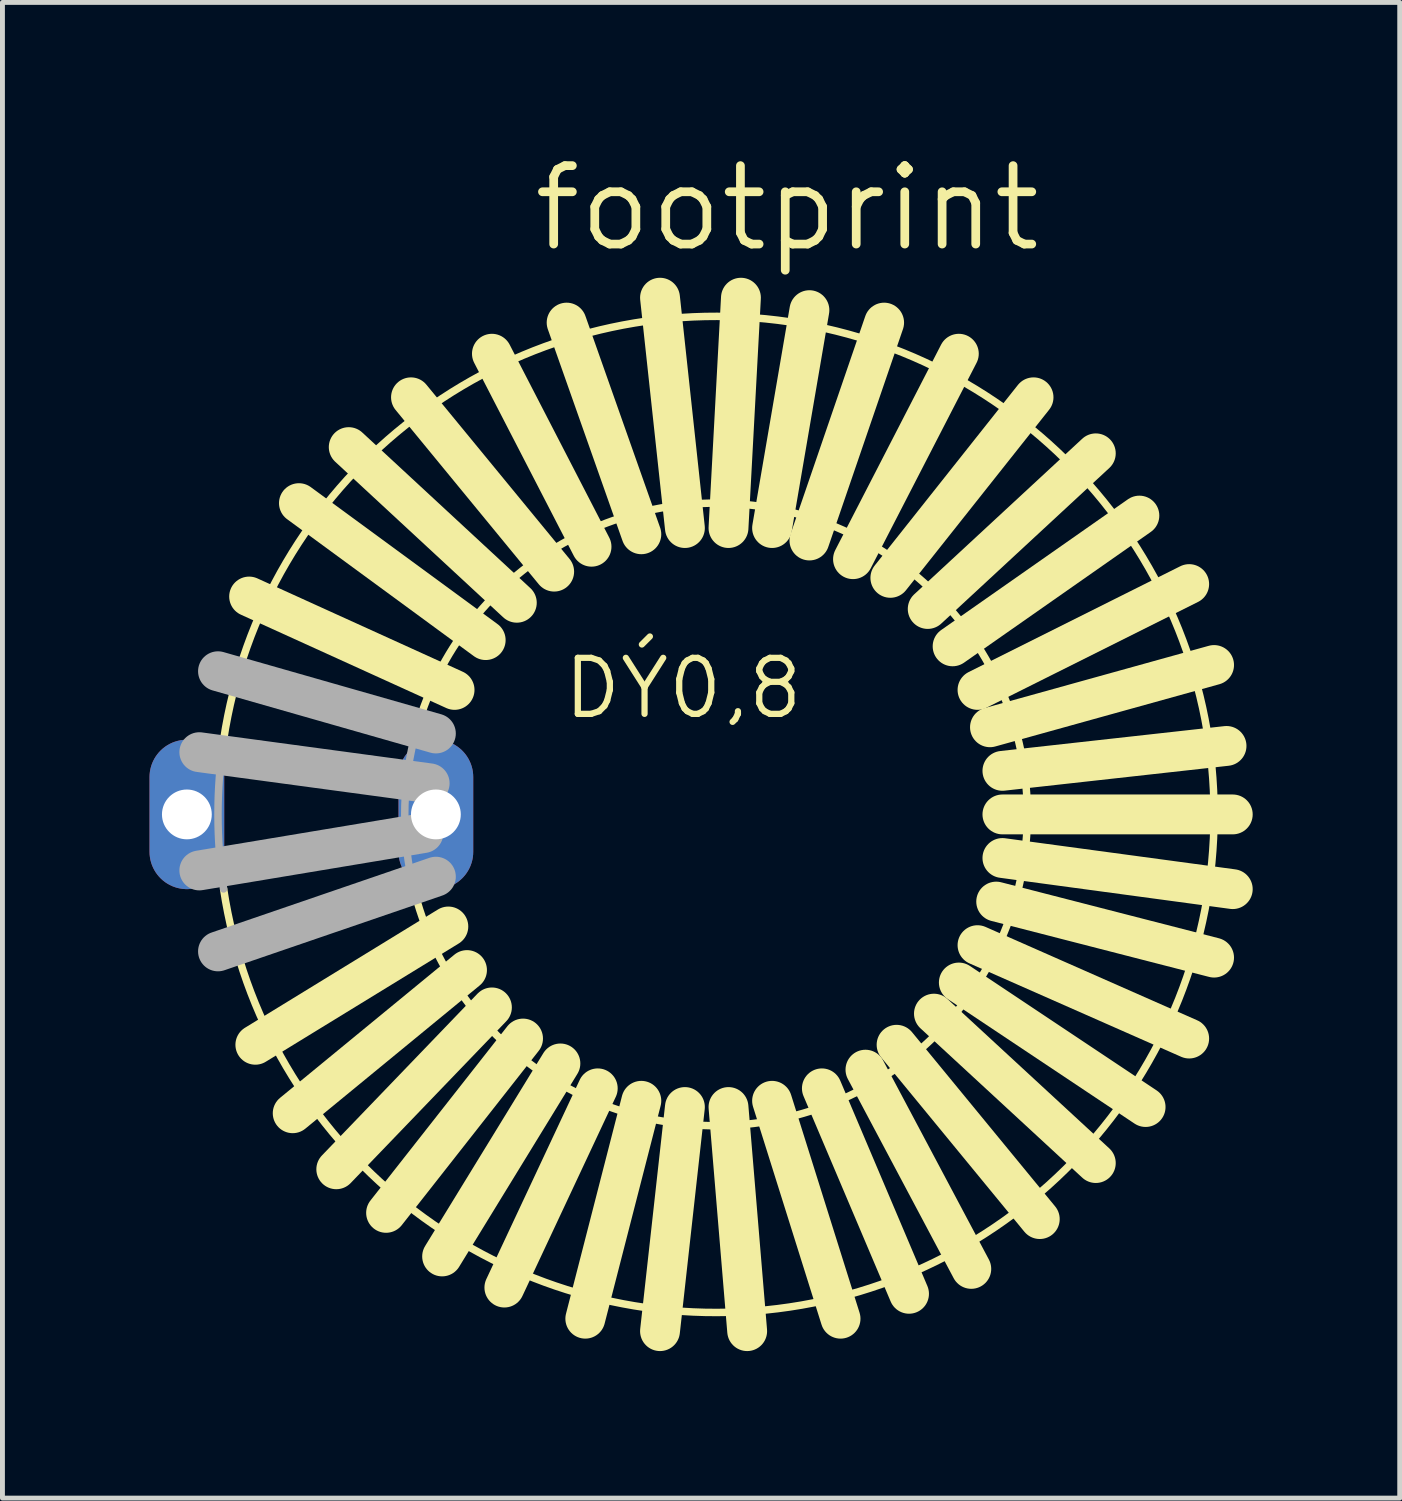
<source format=kicad_pcb>
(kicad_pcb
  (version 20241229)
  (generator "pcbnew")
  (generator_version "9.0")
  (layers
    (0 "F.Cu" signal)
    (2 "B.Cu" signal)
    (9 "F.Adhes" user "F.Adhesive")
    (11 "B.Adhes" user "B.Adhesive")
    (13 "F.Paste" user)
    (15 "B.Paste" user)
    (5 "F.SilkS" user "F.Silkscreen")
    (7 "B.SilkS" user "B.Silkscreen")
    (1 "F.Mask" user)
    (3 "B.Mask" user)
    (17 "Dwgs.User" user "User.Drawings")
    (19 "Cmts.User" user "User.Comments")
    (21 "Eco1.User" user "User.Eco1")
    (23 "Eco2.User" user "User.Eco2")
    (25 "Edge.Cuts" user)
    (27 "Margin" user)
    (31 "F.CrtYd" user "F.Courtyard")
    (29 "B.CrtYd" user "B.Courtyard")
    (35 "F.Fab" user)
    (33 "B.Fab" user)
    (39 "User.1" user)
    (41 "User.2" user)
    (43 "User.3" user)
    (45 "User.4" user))
  (footprint "footprint"
    (layer "F.Cu")
    (at 11.557 13.564)
    (property "Reference" "footprint" (at -3.81 -11.43 0) (layer "F.SilkS") (effects (font (size 1.6 1.6) (thickness 0.178)) (justify left bottom)))
    (fp_line (start -5.461 2.286) (end -9.398 4.699) (stroke (width 0.813) (type solid)) (layer "F.SilkS"))
    (fp_line (start -5.334 -2.54) (end -9.525 -4.445) (stroke (width 0.813) (type solid)) (layer "F.SilkS"))
    (fp_line (start -5.08 3.175) (end -8.636 6.096) (stroke (width 0.813) (type solid)) (layer "F.SilkS"))
    (fp_line (start -4.699 -3.556) (end -8.509 -6.35) (stroke (width 0.813) (type solid)) (layer "F.SilkS"))
    (fp_line (start -4.572 3.937) (end -7.747 7.239) (stroke (width 0.813) (type solid)) (layer "F.SilkS"))
    (fp_line (start -4.064 -4.318) (end -7.493 -7.493) (stroke (width 0.813) (type solid)) (layer "F.SilkS"))
    (fp_line (start -3.937 4.572) (end -6.731 8.128) (stroke (width 0.813) (type solid)) (layer "F.SilkS"))
    (fp_line (start -3.302 -4.953) (end -6.223 -8.509) (stroke (width 0.813) (type solid)) (layer "F.SilkS"))
    (fp_line (start -3.175 5.08) (end -5.588 9.017) (stroke (width 0.813) (type solid)) (layer "F.SilkS"))
    (fp_line (start -2.54 -5.461) (end -4.572 -9.398) (stroke (width 0.813) (type solid)) (layer "F.SilkS"))
    (fp_line (start -2.413 5.588) (end -4.318 9.652) (stroke (width 0.813) (type solid)) (layer "F.SilkS"))
    (fp_line (start -1.524 -5.715) (end -3.048 -10.033) (stroke (width 0.813) (type solid)) (layer "F.SilkS"))
    (fp_line (start -1.524 5.842) (end -2.667 10.287) (stroke (width 0.813) (type solid)) (layer "F.SilkS"))
    (fp_line (start -0.635 -5.842) (end -1.143 -10.541) (stroke (width 0.813) (type solid)) (layer "F.SilkS"))
    (fp_line (start -0.635 5.969) (end -1.143 10.541) (stroke (width 0.813) (type solid)) (layer "F.SilkS"))
    (fp_line (start 0.254 -5.842) (end 0.508 -10.541) (stroke (width 0.813) (type solid)) (layer "F.SilkS"))
    (fp_line (start 0.254 5.969) (end 0.635 10.541) (stroke (width 0.813) (type solid)) (layer "F.SilkS"))
    (fp_line (start 1.143 -5.842) (end 1.905 -10.287) (stroke (width 0.813) (type solid)) (layer "F.SilkS"))
    (fp_line (start 1.143 5.842) (end 2.54 10.287) (stroke (width 0.813) (type solid)) (layer "F.SilkS"))
    (fp_line (start 1.905 -5.588) (end 3.429 -10.033) (stroke (width 0.813) (type solid)) (layer "F.SilkS"))
    (fp_line (start 2.159 5.588) (end 3.937 9.779) (stroke (width 0.813) (type solid)) (layer "F.SilkS"))
    (fp_line (start 2.794 -5.207) (end 4.953 -9.398) (stroke (width 0.813) (type solid)) (layer "F.SilkS"))
    (fp_line (start 3.048 5.207) (end 5.207 9.271) (stroke (width 0.813) (type solid)) (layer "F.SilkS"))
    (fp_line (start 3.556 -4.826) (end 6.477 -8.509) (stroke (width 0.813) (type solid)) (layer "F.SilkS"))
    (fp_line (start 3.683 4.699) (end 6.604 8.255) (stroke (width 0.813) (type solid)) (layer "F.SilkS"))
    (fp_line (start 4.318 -4.191) (end 7.747 -7.366) (stroke (width 0.813) (type solid)) (layer "F.SilkS"))
    (fp_line (start 4.445 4.064) (end 7.747 7.112) (stroke (width 0.813) (type solid)) (layer "F.SilkS"))
    (fp_line (start 4.826 -3.429) (end 8.636 -6.096) (stroke (width 0.813) (type solid)) (layer "F.SilkS"))
    (fp_line (start 4.953 3.429) (end 8.763 5.969) (stroke (width 0.813) (type solid)) (layer "F.SilkS"))
    (fp_line (start 5.334 -2.54) (end 9.652 -4.699) (stroke (width 0.813) (type solid)) (layer "F.SilkS"))
    (fp_line (start 5.334 2.667) (end 9.652 4.572) (stroke (width 0.813) (type solid)) (layer "F.SilkS"))
    (fp_line (start 5.588 -1.778) (end 10.16 -3.048) (stroke (width 0.813) (type solid)) (layer "F.SilkS"))
    (fp_line (start 5.715 1.778) (end 10.16 2.921) (stroke (width 0.813) (type solid)) (layer "F.SilkS"))
    (fp_line (start 5.842 -0.889) (end 10.414 -1.397) (stroke (width 0.813) (type solid)) (layer "F.SilkS"))
    (fp_line (start 5.842 0) (end 10.541 0) (stroke (width 0.813) (type solid)) (layer "F.SilkS"))
    (fp_line (start 5.842 0.889) (end 10.541 1.524) (stroke (width 0.813) (type solid)) (layer "F.SilkS"))
    (fp_arc (start -10.0457 -1.5197) (mid 10.159999 0) (end -10.0457 1.5197) (stroke (width 0.1524) (type solid)) (layer "F.SilkS"))
    (fp_arc (start -6.1671 -1.513) (mid 6.349984 0) (end -6.1671 1.513) (stroke (width 0.1524) (type solid)) (layer "F.SilkS"))
    (fp_line (start -5.969 0.381) (end -10.541 1.143) (stroke (width 0.813) (type solid)) (layer "F.Fab"))
    (fp_line (start -5.842 -0.635) (end -10.541 -1.27) (stroke (width 0.813) (type solid)) (layer "F.Fab"))
    (fp_line (start -5.715 -1.651) (end -10.16 -2.921) (stroke (width 0.813) (type solid)) (layer "F.Fab"))
    (fp_line (start -5.715 1.27) (end -10.16 2.794) (stroke (width 0.813) (type solid)) (layer "F.Fab"))
    (fp_arc (start -10.0457 1.5197) (mid -10.159999 0) (end -10.0457 -1.5197) (stroke (width 0.1524) (type solid)) (layer "F.Fab"))
    (fp_arc (start -6.1671 1.513) (mid -6.349984 0) (end -6.1671 -1.513) (stroke (width 0.1524) (type solid)) (layer "F.Fab"))
    (fp_text user "DÝ0,8" (at -3.175 -1.905 0) (layer "F.SilkS") (effects (font (size 1.143 1.143) (thickness 0.127)) (justify left bottom)))
    (pad "1" thru_hole oval (at -10.795 0 90) (size 3.048 1.524) (drill 1.016) (layers "*.Cu" "*.Mask"))
    (pad "2" thru_hole oval (at -5.715 0 90) (size 3.048 1.524) (drill 1.016) (layers "*.Cu" "*.Mask")))
  (gr_rect
    (start -3 -3)
    (end 25.504 27.511)
    (stroke (width 0.1) (type default))
    (fill no)
    (layer "Edge.Cuts")))
</source>
